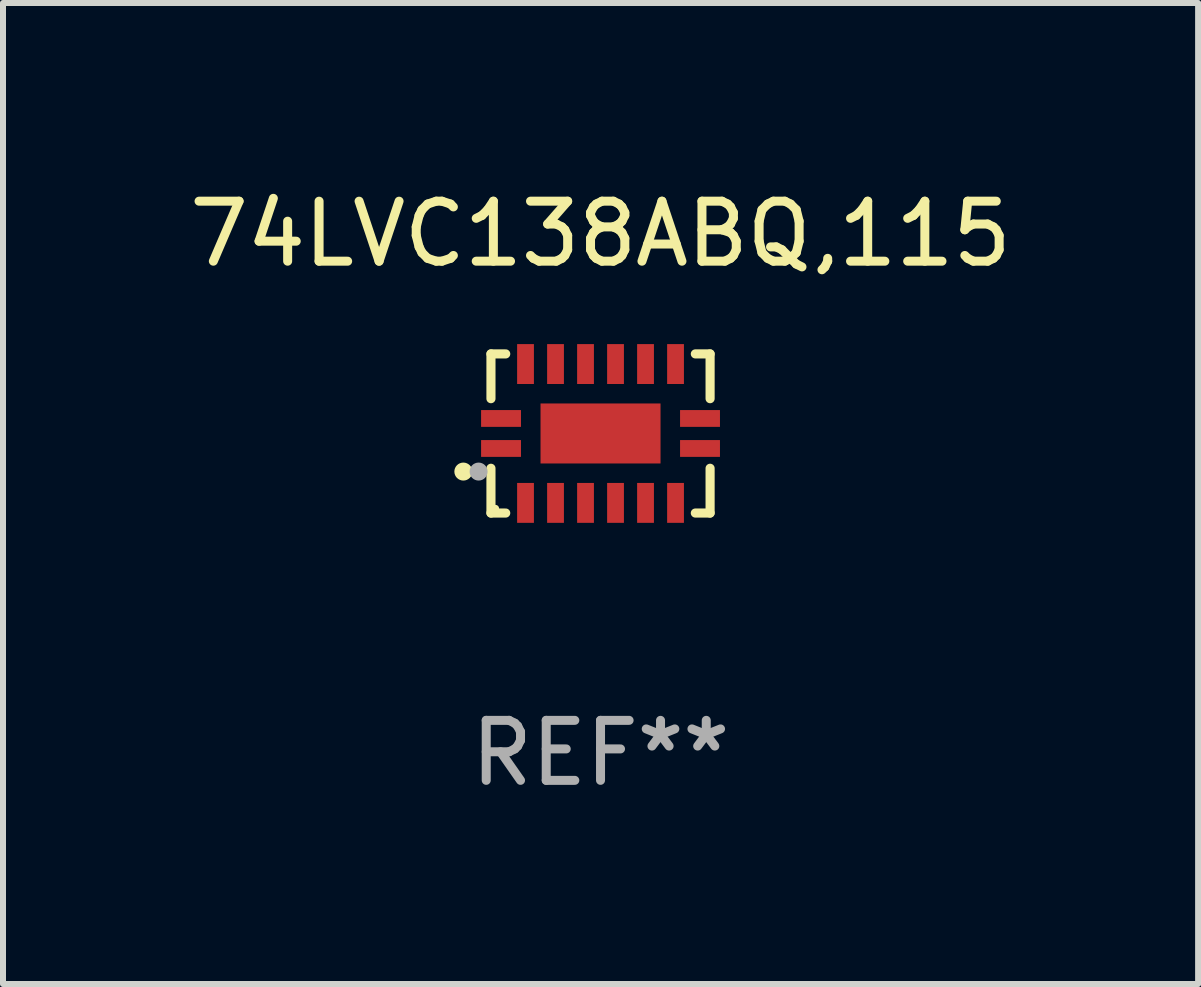
<source format=kicad_pcb>
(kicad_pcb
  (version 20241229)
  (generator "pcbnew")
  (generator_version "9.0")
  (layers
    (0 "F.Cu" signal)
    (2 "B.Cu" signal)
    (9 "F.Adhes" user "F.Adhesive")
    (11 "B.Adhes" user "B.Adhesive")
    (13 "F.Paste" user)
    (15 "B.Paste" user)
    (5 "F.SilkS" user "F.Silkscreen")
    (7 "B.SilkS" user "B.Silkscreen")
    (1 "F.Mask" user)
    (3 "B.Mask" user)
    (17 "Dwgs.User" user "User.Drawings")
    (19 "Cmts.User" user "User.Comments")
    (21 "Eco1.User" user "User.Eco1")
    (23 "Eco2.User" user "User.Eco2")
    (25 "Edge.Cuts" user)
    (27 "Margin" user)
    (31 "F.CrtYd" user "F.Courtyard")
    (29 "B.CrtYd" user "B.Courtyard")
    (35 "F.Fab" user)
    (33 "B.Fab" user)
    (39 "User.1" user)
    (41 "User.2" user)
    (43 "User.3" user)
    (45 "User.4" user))
  (footprint "74LVC138ABQ,115"
    (layer "F.Cu")
    (at 6.958 4.174)
    (property "Reference" "74LVC138ABQ,115" (at 0 -3.326 0) (layer "F.SilkS") (effects (font (size 1 1) (thickness 0.15))))
    (attr through_hole)
    (fp_line (start -1.826 -1.326) (end -1.58 -1.326) (stroke (width 0.152) (type solid)) (layer "F.SilkS"))
    (fp_line (start -1.826 -0.58) (end -1.826 -1.326) (stroke (width 0.152) (type solid)) (layer "F.SilkS"))
    (fp_line (start -1.826 0.58) (end -1.826 1.326) (stroke (width 0.152) (type solid)) (layer "F.SilkS"))
    (fp_line (start -1.826 1.326) (end -1.58 1.326) (stroke (width 0.152) (type solid)) (layer "F.SilkS"))
    (fp_line (start 1.826 -1.326) (end 1.58 -1.326) (stroke (width 0.152) (type solid)) (layer "F.SilkS"))
    (fp_line (start 1.826 -0.58) (end 1.826 -1.326) (stroke (width 0.152) (type solid)) (layer "F.SilkS"))
    (fp_line (start 1.826 0.58) (end 1.826 1.326) (stroke (width 0.152) (type solid)) (layer "F.SilkS"))
    (fp_line (start 1.826 1.326) (end 1.58 1.326) (stroke (width 0.152) (type solid)) (layer "F.SilkS"))
    (fp_circle (center -2.286 0.635) (end -2.211 0.635) (stroke (width 0.15) (type solid)) (fill no) (layer "F.SilkS"))
    (fp_circle (center -1.75 1.25) (end -1.72 1.25) (stroke (width 0.06) (type solid)) (fill no) (layer "F.SilkS"))
    (fp_circle (center -2.032 0.635) (end -1.957 0.635) (stroke (width 0.15) (type solid)) (fill no) (layer "F.Fab"))
    (fp_text user "REF**" (at 0 5.326 0) (layer "F.Fab") (effects (font (size 1 1) (thickness 0.15))))
    (pad "1" smd rect (at -1.658 0.25) (size 0.665 0.28) (layers "F.Cu" "F.Mask" "F.Paste"))
    (pad "2" smd rect (at -1.25 1.157) (size 0.28 0.665) (layers "F.Cu" "F.Mask" "F.Paste"))
    (pad "3" smd rect (at -0.75 1.157) (size 0.28 0.665) (layers "F.Cu" "F.Mask" "F.Paste"))
    (pad "4" smd rect (at -0.25 1.157) (size 0.28 0.665) (layers "F.Cu" "F.Mask" "F.Paste"))
    (pad "5" smd rect (at 0.25 1.157) (size 0.28 0.665) (layers "F.Cu" "F.Mask" "F.Paste"))
    (pad "6" smd rect (at 0.75 1.157) (size 0.28 0.665) (layers "F.Cu" "F.Mask" "F.Paste"))
    (pad "7" smd rect (at 1.25 1.157) (size 0.28 0.665) (layers "F.Cu" "F.Mask" "F.Paste"))
    (pad "8" smd rect (at 1.658 0.25) (size 0.665 0.28) (layers "F.Cu" "F.Mask" "F.Paste"))
    (pad "9" smd rect (at 1.658 -0.25) (size 0.665 0.28) (layers "F.Cu" "F.Mask" "F.Paste"))
    (pad "10" smd rect (at 1.25 -1.157) (size 0.28 0.665) (layers "F.Cu" "F.Mask" "F.Paste"))
    (pad "11" smd rect (at 0.75 -1.157) (size 0.28 0.665) (layers "F.Cu" "F.Mask" "F.Paste"))
    (pad "12" smd rect (at 0.25 -1.157) (size 0.28 0.665) (layers "F.Cu" "F.Mask" "F.Paste"))
    (pad "13" smd rect (at -0.25 -1.157) (size 0.28 0.665) (layers "F.Cu" "F.Mask" "F.Paste"))
    (pad "14" smd rect (at -0.75 -1.157) (size 0.28 0.665) (layers "F.Cu" "F.Mask" "F.Paste"))
    (pad "15" smd rect (at -1.25 -1.157) (size 0.28 0.665) (layers "F.Cu" "F.Mask" "F.Paste"))
    (pad "16" smd rect (at -1.658 -0.25) (size 0.665 0.28) (layers "F.Cu" "F.Mask" "F.Paste"))
    (pad "17" smd rect (at 0 0) (size 2 1) (layers "F.Cu" "F.Mask" "F.Paste")))
  (gr_rect
    (start -3 -3)
    (end 16.917 13.349)
    (stroke (width 0.1) (type default))
    (fill no)
    (layer "Edge.Cuts")))
</source>
